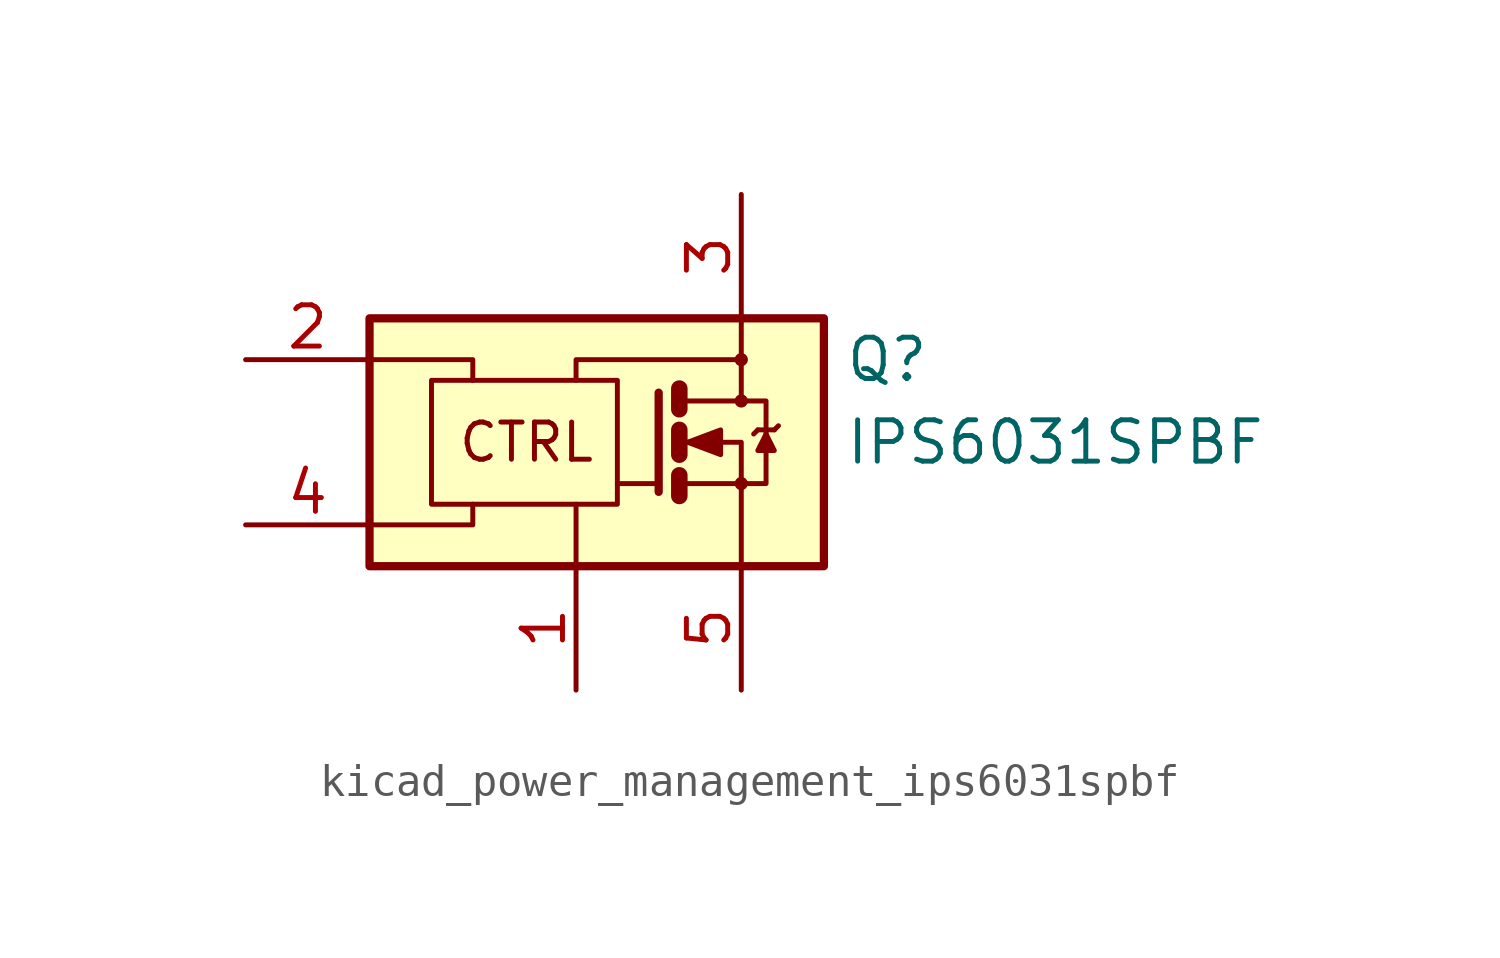
<source format=kicad_sym>
(kicad_symbol_lib
  (version 20220914)
  (generator kicad_symbol_editor)
  (symbol "kicad_power_management_ips6031spbf"
    (pin_names
      (offset 0) hide)
    (property "Reference" "Q"
      (at 8.255 2.54 0)
      (effects (font (size 1.27 1.27)) (justify left)))
    (property "Value" "IPS6031SPBF"
      (at 8.255 0 0)
      (effects (font (size 1.27 1.27)) (justify left)))
    (symbol "kicad_power_management_ips6031spbf_0_0"
      (rectangle (start -6.35 3.81) (end 7.62 -3.81) (stroke (width 0.254) (type default)) (fill (type background)))
      (polyline (pts (xy 0 -3.81) (xy 0 -1.905)) (stroke (width 0) (type default)) (fill (type none)))
      (polyline (pts (xy -6.35 -2.54) (xy -3.175 -2.54) (xy -3.175 -1.905)) (stroke (width 0) (type default)) (fill (type none)))
      (polyline (pts (xy -6.35 2.54) (xy -3.175 2.54) (xy -3.175 1.905)) (stroke (width 0) (type default)) (fill (type none)))
      (polyline (pts (xy 0 1.905) (xy 0 2.54) (xy 5.08 2.54)) (stroke (width 0) (type default)) (fill (type none)))
      (circle (center 5.08 2.54) (radius 0.127) (stroke (width 0) (type default)) (fill (type none)))
      (text "CTRL" (at -1.524 0 0) (effects (font (size 1.143 1.143)))))
    (symbol "kicad_power_management_ips6031spbf_0_1"
      (rectangle (start -4.445 1.905) (end 1.27 -1.905) (stroke (width 0) (type default)) (fill (type none)))
      (polyline (pts (xy 2.54 -1.27) (xy 1.27 -1.27)) (stroke (width 0) (type default)) (fill (type none)))
      (polyline (pts (xy 3.175 -1.016) (xy 3.175 -1.651)) (stroke (width 0.508) (type default)) (fill (type none)))
      (polyline (pts (xy 3.175 0.381) (xy 3.175 -0.381)) (stroke (width 0.508) (type default)) (fill (type none)))
      (polyline (pts (xy 3.175 1.651) (xy 3.175 1.016)) (stroke (width 0.508) (type default)) (fill (type none)))
      (polyline (pts (xy 5.588 0.381) (xy 5.461 0.254)) (stroke (width 0) (type default)) (fill (type none)))
      (polyline (pts (xy 5.588 0.381) (xy 6.096 0.381)) (stroke (width 0) (type default)) (fill (type none)))
      (polyline (pts (xy 6.096 0.381) (xy 6.223 0.508)) (stroke (width 0) (type default)) (fill (type none)))
      (polyline (pts (xy 2.54 1.524) (xy 2.54 -1.524) (xy 2.54 -1.524)) (stroke (width 0.254) (type default)) (fill (type none)))
      (polyline (pts (xy 3.302 -1.27) (xy 5.08 -1.27) (xy 5.08 -3.81)) (stroke (width 0) (type default)) (fill (type none)))
      (polyline (pts (xy 3.302 0) (xy 5.08 0) (xy 5.08 -1.27)) (stroke (width 0) (type default)) (fill (type none)))
      (polyline (pts (xy 3.302 1.27) (xy 5.08 1.27) (xy 5.08 3.81) (xy 5.08 2.54)) (stroke (width 0) (type default)) (fill (type none)))
      (polyline (pts (xy 5.08 -1.27) (xy 5.842 -1.27) (xy 5.842 1.27) (xy 5.08 1.27)) (stroke (width 0) (type default)) (fill (type none)))
      (polyline (pts (xy 5.842 0.254) (xy 5.588 -0.254) (xy 6.096 -0.254) (xy 5.842 0.254)) (stroke (width 0) (type default)) (fill (type outline)))
      (polyline (pts (xy 3.429 0) (xy 4.445 0.381) (xy 4.445 -0.381) (xy 3.429 0) (xy 3.556 0) (xy 3.556 0)) (stroke (width 0) (type default)) (fill (type outline)))
      (circle (center 5.08 -1.27) (radius 0.127) (stroke (width 0) (type default)) (fill (type none)))
      (circle (center 5.08 1.27) (radius 0.127) (stroke (width 0) (type default)) (fill (type none))))
    (symbol "kicad_power_management_ips6031spbf_1_1"
      (pin power_in line (at 0 -7.62 90) (length 3.81) (name "GND" (effects (font (size 1.27 1.27)))) (number "1" (effects (font (size 1.27 1.27)))))
      (pin input line (at -10.16 2.54 0) (length 3.81) (name "IN" (effects (font (size 1.27 1.27)))) (number "2" (effects (font (size 1.27 1.27)))))
      (pin power_in line (at 5.08 7.62 270) (length 3.81) (name "VCC" (effects (font (size 1.27 1.27)))) (number "3" (effects (font (size 1.27 1.27)))))
      (pin bidirectional line (at -10.16 -2.54 0) (length 3.81) (name "DG" (effects (font (size 1.27 1.27)))) (number "4" (effects (font (size 1.27 1.27)))))
      (pin output line (at 5.08 -7.62 90) (length 3.81) (name "OUT" (effects (font (size 1.27 1.27)))) (number "5" (effects (font (size 1.27 1.27))))))))
</source>
